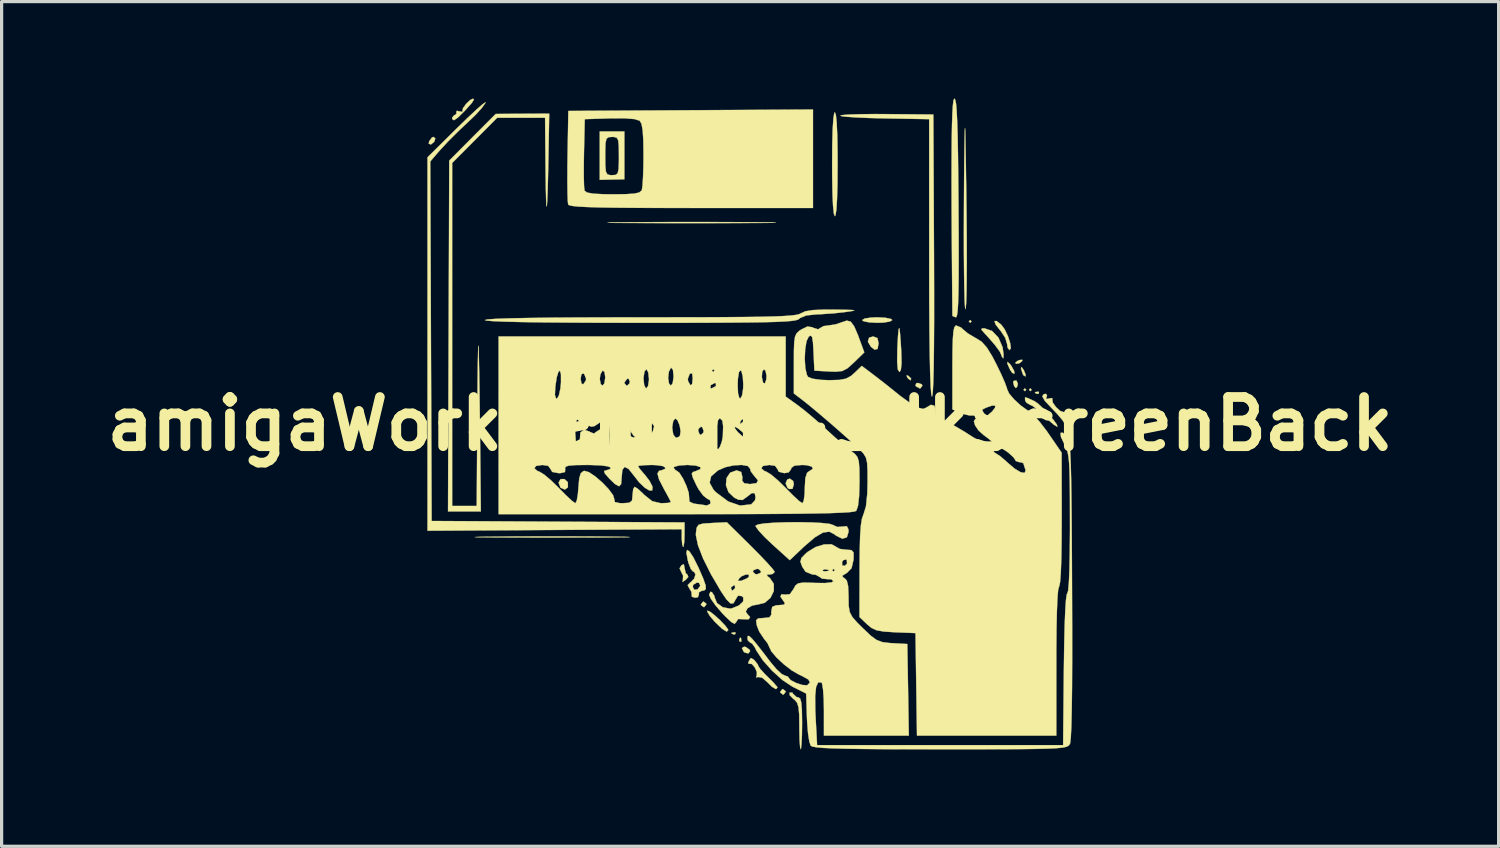
<source format=kicad_pcb>
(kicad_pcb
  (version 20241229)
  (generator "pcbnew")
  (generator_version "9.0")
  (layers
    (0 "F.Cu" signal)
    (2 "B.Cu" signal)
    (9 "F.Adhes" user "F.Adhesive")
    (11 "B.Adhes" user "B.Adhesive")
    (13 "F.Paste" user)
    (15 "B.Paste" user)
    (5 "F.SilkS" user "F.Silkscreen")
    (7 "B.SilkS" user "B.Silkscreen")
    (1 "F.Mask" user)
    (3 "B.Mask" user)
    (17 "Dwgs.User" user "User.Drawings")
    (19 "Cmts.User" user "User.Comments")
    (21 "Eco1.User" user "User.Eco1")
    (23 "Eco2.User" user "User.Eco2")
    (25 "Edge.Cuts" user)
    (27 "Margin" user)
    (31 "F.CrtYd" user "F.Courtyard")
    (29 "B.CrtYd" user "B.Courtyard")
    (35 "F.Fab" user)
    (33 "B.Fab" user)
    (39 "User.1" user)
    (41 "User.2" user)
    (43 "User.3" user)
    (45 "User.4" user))
  (footprint "amigaWorkBench1-SIlkScreenBack"
    (layer "F.Cu")
    (at 20.182 10.08)
    (property "Reference" "amigaWorkBench1-SIlkScreenBack" (at 0 0 0) (layer "F.SilkS") (effects (font (size 1.524 1.524) (thickness 0.3))))
    (attr through_hole)
    (fp_poly (pts (xy 6.858 -3.175) (xy 6.816 -3.133) (xy 6.773 -3.175) (xy 6.816 -3.217) (xy 6.858 -3.175)) (stroke (width 0.01) (type solid)) (fill yes) (layer "F.SilkS"))
    (fp_poly (pts (xy 8.551 -1.058) (xy 8.509 -1.016) (xy 8.467 -1.058) (xy 8.509 -1.101) (xy 8.551 -1.058)) (stroke (width 0.01) (type solid)) (fill yes) (layer "F.SilkS"))
    (fp_poly (pts (xy 8.721 -1.058) (xy 8.678 -1.016) (xy 8.636 -1.058) (xy 8.678 -1.101) (xy 8.721 -1.058)) (stroke (width 0.01) (type solid)) (fill yes) (layer "F.SilkS"))
    (fp_poly (pts (xy -0.452 6.463) (xy -0.463 6.513) (xy -0.508 6.519) (xy -0.578 6.488) (xy -0.564 6.463) (xy -0.464 6.453) (xy -0.452 6.463)) (stroke (width 0.01) (type solid)) (fill yes) (layer "F.SilkS"))
    (fp_poly (pts (xy -0.282 6.632) (xy -0.272 6.733) (xy -0.282 6.745) (xy -0.333 6.733) (xy -0.339 6.689) (xy -0.308 6.619) (xy -0.282 6.632)) (stroke (width 0.01) (type solid)) (fill yes) (layer "F.SilkS"))
    (fp_poly (pts (xy 8.946 -0.988) (xy 8.935 -0.937) (xy 8.89 -0.931) (xy 8.82 -0.962) (xy 8.834 -0.988) (xy 8.934 -0.998) (xy 8.946 -0.988)) (stroke (width 0.01) (type solid)) (fill yes) (layer "F.SilkS"))
    (fp_poly (pts (xy 4.898 -1.49) (xy 4.988 -1.405) (xy 4.97 -1.355) (xy 4.958 -1.355) (xy 4.886 -1.415) (xy 4.86 -1.452) (xy 4.85 -1.51) (xy 4.898 -1.49)) (stroke (width 0.01) (type solid)) (fill yes) (layer "F.SilkS"))
    (fp_poly (pts (xy 8.29 -1.252) (xy 8.279 -1.174) (xy 8.233 -1.11) (xy 8.177 -1.174) (xy 8.146 -1.299) (xy 8.162 -1.332) (xy 8.246 -1.346) (xy 8.29 -1.252)) (stroke (width 0.01) (type solid)) (fill yes) (layer "F.SilkS"))
    (fp_poly (pts (xy 8.424 -1.946) (xy 8.333 -1.876) (xy 8.236 -1.864) (xy 8.213 -1.896) (xy 8.279 -1.95) (xy 8.344 -1.98) (xy 8.431 -1.986) (xy 8.424 -1.946)) (stroke (width 0.01) (type solid)) (fill yes) (layer "F.SilkS"))
    (fp_poly (pts (xy 8.477 -1.666) (xy 8.533 -1.526) (xy 8.527 -1.472) (xy 8.469 -1.502) (xy 8.435 -1.57) (xy 8.387 -1.73) (xy 8.407 -1.762) (xy 8.477 -1.666)) (stroke (width 0.01) (type solid)) (fill yes) (layer "F.SilkS"))
    (fp_poly (pts (xy -9.75 -8.84) (xy -9.784 -8.739) (xy -9.883 -8.658) (xy -9.89 -8.655) (xy -9.954 -8.682) (xy -9.939 -8.756) (xy -9.853 -8.872) (xy -9.805 -8.89) (xy -9.75 -8.84)) (stroke (width 0.01) (type solid)) (fill yes) (layer "F.SilkS"))
    (fp_poly (pts (xy -1.357 5.568) (xy -1.355 5.588) (xy -1.419 5.67) (xy -1.439 5.673) (xy -1.522 5.608) (xy -1.524 5.588) (xy -1.46 5.506) (xy -1.439 5.503) (xy -1.357 5.568)) (stroke (width 0.01) (type solid)) (fill yes) (layer "F.SilkS"))
    (fp_poly (pts (xy -0.127 6.912) (xy -0.015 6.995) (xy 0 7.036) (xy -0.057 7.108) (xy -0.172 7.077) (xy -0.198 7.056) (xy -0.254 6.943) (xy -0.185 6.898) (xy -0.127 6.912)) (stroke (width 0.01) (type solid)) (fill yes) (layer "F.SilkS"))
    (fp_poly (pts (xy 1.098 8.277) (xy 1.101 8.297) (xy 1.036 8.38) (xy 1.016 8.382) (xy 0.934 8.318) (xy 0.931 8.297) (xy 0.996 8.215) (xy 1.016 8.213) (xy 1.098 8.277)) (stroke (width 0.01) (type solid)) (fill yes) (layer "F.SilkS"))
    (fp_poly (pts (xy 1.331 1.764) (xy 1.355 1.863) (xy 1.312 2.01) (xy 1.207 2.015) (xy 1.157 1.976) (xy 1.1 1.84) (xy 1.149 1.722) (xy 1.228 1.693) (xy 1.331 1.764)) (stroke (width 0.01) (type solid)) (fill yes) (layer "F.SilkS"))
    (fp_poly (pts (xy 3.943 -2.66) (xy 3.979 -2.498) (xy 3.947 -2.322) (xy 3.852 -2.303) (xy 3.742 -2.388) (xy 3.647 -2.549) (xy 3.685 -2.671) (xy 3.81 -2.709) (xy 3.943 -2.66)) (stroke (width 0.01) (type solid)) (fill yes) (layer "F.SilkS"))
    (fp_poly (pts (xy 5.318 -1.226) (xy 5.334 -1.185) (xy 5.273 -1.103) (xy 5.254 -1.101) (xy 5.14 -1.162) (xy 5.122 -1.185) (xy 5.142 -1.258) (xy 5.202 -1.27) (xy 5.318 -1.226)) (stroke (width 0.01) (type solid)) (fill yes) (layer "F.SilkS"))
    (fp_poly (pts (xy 8.05 -1.851) (xy 8.094 -1.791) (xy 8.179 -1.637) (xy 8.186 -1.554) (xy 8.118 -1.582) (xy 8.05 -1.681) (xy 7.97 -1.859) (xy 7.972 -1.922) (xy 8.05 -1.851)) (stroke (width 0.01) (type solid)) (fill yes) (layer "F.SilkS"))
    (fp_poly (pts (xy -5.652 1.798) (xy -5.645 1.812) (xy -5.644 1.964) (xy -5.739 2.032) (xy -5.87 1.976) (xy -5.923 1.847) (xy -5.927 1.806) (xy -5.87 1.709) (xy -5.752 1.707) (xy -5.652 1.798)) (stroke (width 0.01) (type solid)) (fill yes) (layer "F.SilkS"))
    (fp_poly (pts (xy -1.246 5.811) (xy -1.1 5.924) (xy -0.929 6.081) (xy -0.776 6.24) (xy -0.686 6.361) (xy -0.677 6.388) (xy -0.726 6.432) (xy -0.868 6.343) (xy -1.09 6.131) (xy -1.245 5.951) (xy -1.324 5.819) (xy -1.323 5.783) (xy -1.246 5.811)) (stroke (width 0.01) (type solid)) (fill yes) (layer "F.SilkS"))
    (fp_poly (pts (xy 4.192 -3.288) (xy 4.361 -3.252) (xy 4.403 -3.217) (xy 4.326 -3.171) (xy 4.129 -3.14) (xy 3.937 -3.133) (xy 3.682 -3.147) (xy 3.513 -3.182) (xy 3.471 -3.217) (xy 3.548 -3.264) (xy 3.745 -3.294) (xy 3.937 -3.302) (xy 4.192 -3.288)) (stroke (width 0.01) (type solid)) (fill yes) (layer "F.SilkS"))
    (fp_poly (pts (xy -2.032 4.454) (xy -2.032 4.463) (xy -1.993 4.621) (xy -1.938 4.674) (xy -1.916 4.74) (xy -1.997 4.829) (xy -2.096 4.895) (xy -2.083 4.843) (xy -2.076 4.695) (xy -2.123 4.607) (xy -2.184 4.473) (xy -2.13 4.382) (xy -2.054 4.343) (xy -2.032 4.454)) (stroke (width 0.01) (type solid)) (fill yes) (layer "F.SilkS"))
    (fp_poly (pts (xy 4.64 -2.84) (xy 4.663 -2.544) (xy 4.68 -2.265) (xy 4.69 -1.885) (xy 4.668 -1.668) (xy 4.623 -1.608) (xy 4.575 -1.686) (xy 4.554 -1.92) (xy 4.56 -2.317) (xy 4.561 -2.349) (xy 4.58 -2.723) (xy 4.599 -2.929) (xy 4.619 -2.969) (xy 4.64 -2.84)) (stroke (width 0.01) (type solid)) (fill yes) (layer "F.SilkS"))
    (fp_poly (pts (xy 7.775 -3.078) (xy 7.885 -2.928) (xy 7.983 -2.723) (xy 8.052 -2.513) (xy 8.075 -2.35) (xy 8.037 -2.286) (xy 7.976 -2.358) (xy 7.959 -2.477) (xy 7.903 -2.665) (xy 7.766 -2.875) (xy 7.738 -2.906) (xy 7.603 -3.081) (xy 7.568 -3.184) (xy 7.629 -3.189) (xy 7.775 -3.078)) (stroke (width 0.01) (type solid)) (fill yes) (layer "F.SilkS"))
    (fp_poly (pts (xy 7.494 -2.879) (xy 7.692 -2.671) (xy 7.816 -2.38) (xy 7.823 -2.346) (xy 7.85 -2.145) (xy 7.843 -2.038) (xy 7.836 -2.032) (xy 7.79 -2.097) (xy 7.789 -2.116) (xy 7.732 -2.243) (xy 7.574 -2.456) (xy 7.338 -2.726) (xy 7.26 -2.809) (xy 7.161 -2.922) (xy 7.181 -2.959) (xy 7.26 -2.961) (xy 7.494 -2.879)) (stroke (width 0.01) (type solid)) (fill yes) (layer "F.SilkS"))
    (fp_poly (pts (xy 8.572 -0.811) (xy 8.747 -0.733) (xy 8.805 -0.708) (xy 8.92 -0.627) (xy 9.08 -0.476) (xy 9.253 -0.292) (xy 9.404 -0.113) (xy 9.502 0.025) (xy 9.514 0.084) (xy 9.511 0.085) (xy 9.413 0.028) (xy 9.243 -0.116) (xy 9.102 -0.254) (xy 8.902 -0.441) (xy 8.739 -0.564) (xy 8.67 -0.593) (xy 8.556 -0.661) (xy 8.518 -0.727) (xy 8.513 -0.821) (xy 8.572 -0.811)) (stroke (width 0.01) (type solid)) (fill yes) (layer "F.SilkS"))
    (fp_poly (pts (xy -8.555 -10.043) (xy -8.626 -9.935) (xy -8.808 -9.731) (xy -8.836 -9.7) (xy -9.049 -9.49) (xy -9.173 -9.406) (xy -9.225 -9.441) (xy -9.229 -9.483) (xy -9.164 -9.564) (xy -9.139 -9.567) (xy -9.088 -9.619) (xy -9.101 -9.651) (xy -9.085 -9.698) (xy -9 -9.68) (xy -8.903 -9.663) (xy -8.91 -9.693) (xy -8.892 -9.78) (xy -8.795 -9.913) (xy -8.671 -10.031) (xy -8.581 -10.075) (xy -8.555 -10.043)) (stroke (width 0.01) (type solid)) (fill yes) (layer "F.SilkS"))
    (fp_poly (pts (xy 2.656 -9.569) (xy 2.681 -9.328) (xy 2.699 -8.938) (xy 2.708 -8.411) (xy 2.709 -8.043) (xy 2.705 -7.441) (xy 2.692 -6.969) (xy 2.672 -6.64) (xy 2.644 -6.463) (xy 2.625 -6.435) (xy 2.593 -6.518) (xy 2.568 -6.759) (xy 2.551 -7.149) (xy 2.542 -7.676) (xy 2.54 -8.043) (xy 2.544 -8.646) (xy 2.557 -9.117) (xy 2.578 -9.447) (xy 2.605 -9.623) (xy 2.625 -9.652) (xy 2.656 -9.569)) (stroke (width 0.01) (type solid)) (fill yes) (layer "F.SilkS"))
    (fp_poly (pts (xy -5.662 3.483) (xy -4.851 3.486) (xy -4.164 3.493) (xy -3.866 3.497) (xy -3.73 3.502) (xy -3.748 3.506) (xy -3.914 3.509) (xy -4.221 3.512) (xy -4.661 3.515) (xy -5.226 3.516) (xy -5.91 3.517) (xy -6.138 3.517) (xy -6.855 3.517) (xy -7.453 3.515) (xy -7.927 3.513) (xy -8.268 3.51) (xy -8.47 3.507) (xy -8.527 3.503) (xy -8.43 3.499) (xy -8.173 3.494) (xy -8.059 3.493) (xy -7.333 3.486) (xy -6.512 3.483) (xy -5.662 3.483)) (stroke (width 0.01) (type solid)) (fill yes) (layer "F.SilkS"))
    (fp_poly (pts (xy -0.559 -6.251) (xy 0.204 -6.245) (xy 0.323 -6.244) (xy 0.638 -6.24) (xy 0.791 -6.235) (xy 0.788 -6.231) (xy 0.636 -6.228) (xy 0.343 -6.225) (xy -0.084 -6.223) (xy -0.64 -6.221) (xy -1.316 -6.22) (xy -1.82 -6.22) (xy -2.57 -6.22) (xy -3.202 -6.222) (xy -3.709 -6.224) (xy -4.085 -6.226) (xy -4.324 -6.229) (xy -4.418 -6.233) (xy -4.36 -6.237) (xy -4.144 -6.241) (xy -3.91 -6.244) (xy -3.156 -6.25) (xy -2.303 -6.254) (xy -1.416 -6.254) (xy -0.559 -6.251)) (stroke (width 0.01) (type solid)) (fill yes) (layer "F.SilkS"))
    (fp_poly (pts (xy 1.307 8.321) (xy 1.331 8.361) (xy 1.438 8.458) (xy 1.489 8.467) (xy 1.547 8.501) (xy 1.583 8.622) (xy 1.603 8.857) (xy 1.609 9.231) (xy 1.609 9.271) (xy 1.605 9.617) (xy 1.593 9.888) (xy 1.577 10.048) (xy 1.566 10.075) (xy 1.547 9.997) (xy 1.532 9.789) (xy 1.525 9.489) (xy 1.524 9.36) (xy 1.52 9.004) (xy 1.5 8.777) (xy 1.457 8.638) (xy 1.382 8.548) (xy 1.339 8.516) (xy 1.226 8.401) (xy 1.223 8.32) (xy 1.307 8.321)) (stroke (width 0.01) (type solid)) (fill yes) (layer "F.SilkS"))
    (fp_poly (pts (xy 0.115 7.3) (xy 0.135 7.32) (xy 0.234 7.445) (xy 0.254 7.498) (xy 0.311 7.586) (xy 0.454 7.743) (xy 0.55 7.837) (xy 0.724 8.01) (xy 0.83 8.133) (xy 0.847 8.165) (xy 0.8 8.213) (xy 0.676 8.139) (xy 0.53 7.994) (xy 0.372 7.859) (xy 0.248 7.836) (xy 0.242 7.839) (xy 0.183 7.85) (xy 0.203 7.803) (xy 0.209 7.684) (xy 0.146 7.54) (xy 0.052 7.434) (xy -0.032 7.426) (xy -0.033 7.427) (xy -0.059 7.417) (xy -0.039 7.344) (xy 0.023 7.249) (xy 0.115 7.3)) (stroke (width 0.01) (type solid)) (fill yes) (layer "F.SilkS"))
    (fp_poly (pts (xy 6.662 -9.081) (xy 6.665 -8.975) (xy 6.681 -8.071) (xy 6.694 -7.207) (xy 6.704 -6.399) (xy 6.709 -5.662) (xy 6.71 -5.011) (xy 6.707 -4.461) (xy 6.701 -4.028) (xy 6.69 -3.727) (xy 6.675 -3.573) (xy 6.668 -3.556) (xy 6.654 -3.638) (xy 6.642 -3.87) (xy 6.633 -4.236) (xy 6.626 -4.716) (xy 6.621 -5.293) (xy 6.62 -5.948) (xy 6.622 -6.664) (xy 6.623 -6.837) (xy 6.627 -7.511) (xy 6.632 -8.085) (xy 6.638 -8.549) (xy 6.644 -8.89) (xy 6.65 -9.1) (xy 6.656 -9.167) (xy 6.662 -9.081)) (stroke (width 0.01) (type solid)) (fill yes) (layer "F.SilkS"))
    (fp_poly (pts (xy 9.197 -0.877) (xy 9.177 -0.832) (xy 9.173 -0.769) (xy 9.262 -0.789) (xy 9.36 -0.802) (xy 9.357 -0.764) (xy 9.375 -0.659) (xy 9.475 -0.519) (xy 9.605 -0.402) (xy 9.711 -0.366) (xy 9.719 -0.37) (xy 9.767 -0.327) (xy 9.792 -0.192) (xy 9.843 -0.001) (xy 9.919 0.094) (xy 9.986 0.155) (xy 9.925 0.168) (xy 9.808 0.1) (xy 9.763 0.021) (xy 9.675 -0.117) (xy 9.505 -0.318) (xy 9.349 -0.479) (xy 9.131 -0.712) (xy 9.048 -0.857) (xy 9.097 -0.924) (xy 9.163 -0.931) (xy 9.197 -0.877)) (stroke (width 0.01) (type solid)) (fill yes) (layer "F.SilkS"))
    (fp_poly (pts (xy -8.196 -9.946) (xy -8.309 -9.788) (xy -8.495 -9.582) (xy -8.6 -9.48) (xy -9.031 -9.073) (xy -9.362 -8.743) (xy -9.623 -8.46) (xy -9.674 -8.402) (xy -9.907 -8.128) (xy -9.885 -2.561) (xy -9.864 3.006) (xy -2.032 3.05) (xy -2.032 3.43) (xy -2.04 3.657) (xy -2.062 3.793) (xy -2.074 3.81) (xy -2.103 3.736) (xy -2.117 3.555) (xy -2.117 3.535) (xy -2.117 3.26) (xy -6.054 3.283) (xy -9.991 3.307) (xy -9.991 -8.258) (xy -9.05 -9.188) (xy -8.738 -9.491) (xy -8.481 -9.731) (xy -8.296 -9.893) (xy -8.201 -9.961) (xy -8.196 -9.946)) (stroke (width 0.01) (type solid)) (fill yes) (layer "F.SilkS"))
    (fp_poly (pts (xy -3.895 -8.319) (xy -3.895 -7.578) (xy -4.276 -7.57) (xy -4.657 -7.561) (xy -4.657 -8.297) (xy -4.487 -8.297) (xy -4.484 -7.988) (xy -4.466 -7.81) (xy -4.42 -7.729) (xy -4.332 -7.706) (xy -4.276 -7.705) (xy -4.165 -7.713) (xy -4.102 -7.764) (xy -4.073 -7.894) (xy -4.064 -8.139) (xy -4.064 -8.297) (xy -4.067 -8.607) (xy -4.085 -8.784) (xy -4.132 -8.866) (xy -4.219 -8.889) (xy -4.276 -8.89) (xy -4.386 -8.881) (xy -4.45 -8.831) (xy -4.479 -8.701) (xy -4.487 -8.455) (xy -4.487 -8.297) (xy -4.657 -8.297) (xy -4.657 -9.059) (xy -3.895 -9.059) (xy -3.895 -8.319)) (stroke (width 0.01) (type solid)) (fill yes) (layer "F.SilkS"))
    (fp_poly (pts (xy 1.901 3.05) (xy 2.227 3.068) (xy 2.467 3.096) (xy 2.583 3.135) (xy 2.587 3.14) (xy 2.702 3.191) (xy 2.846 3.18) (xy 2.996 3.167) (xy 3.045 3.265) (xy 3.048 3.343) (xy 2.995 3.512) (xy 2.856 3.554) (xy 2.664 3.461) (xy 2.616 3.421) (xy 2.453 3.336) (xy 2.256 3.363) (xy 2.006 3.511) (xy 1.681 3.789) (xy 1.655 3.813) (xy 1.228 4.218) (xy 0.697 3.739) (xy 0.454 3.508) (xy 0.27 3.31) (xy 0.174 3.178) (xy 0.167 3.154) (xy 0.247 3.112) (xy 0.459 3.08) (xy 0.766 3.058) (xy 1.134 3.045) (xy 1.524 3.043) (xy 1.901 3.05)) (stroke (width 0.01) (type solid)) (fill yes) (layer "F.SilkS"))
    (fp_poly (pts (xy 4.234 -9.596) (xy 5.674 -9.583) (xy 5.695 -5.215) (xy 5.698 -4.111) (xy 5.698 -3.165) (xy 5.693 -2.377) (xy 5.685 -1.75) (xy 5.673 -1.286) (xy 5.657 -0.986) (xy 5.637 -0.854) (xy 5.63 -0.847) (xy 5.609 -0.931) (xy 5.591 -1.182) (xy 5.575 -1.597) (xy 5.563 -2.173) (xy 5.554 -2.908) (xy 5.548 -3.799) (xy 5.546 -4.843) (xy 5.546 -5.143) (xy 5.546 -9.44) (xy 4.17 -9.464) (xy 3.709 -9.475) (xy 3.313 -9.492) (xy 3.012 -9.512) (xy 2.832 -9.533) (xy 2.794 -9.548) (xy 2.874 -9.568) (xy 3.096 -9.583) (xy 3.432 -9.593) (xy 3.855 -9.598) (xy 4.234 -9.596)) (stroke (width 0.01) (type solid)) (fill yes) (layer "F.SilkS"))
    (fp_poly (pts (xy 6.354 -10.037) (xy 6.378 -9.915) (xy 6.397 -9.696) (xy 6.413 -9.369) (xy 6.427 -8.922) (xy 6.438 -8.342) (xy 6.446 -7.617) (xy 6.454 -6.736) (xy 6.454 -6.689) (xy 6.459 -5.808) (xy 6.46 -5.083) (xy 6.458 -4.503) (xy 6.452 -4.053) (xy 6.441 -3.721) (xy 6.426 -3.494) (xy 6.406 -3.36) (xy 6.38 -3.305) (xy 6.371 -3.302) (xy 6.272 -3.342) (xy 6.265 -3.365) (xy 6.254 -4.653) (xy 6.246 -5.779) (xy 6.241 -6.753) (xy 6.239 -7.583) (xy 6.241 -8.278) (xy 6.245 -8.845) (xy 6.253 -9.294) (xy 6.265 -9.633) (xy 6.28 -9.87) (xy 6.298 -10.014) (xy 6.321 -10.073) (xy 6.327 -10.075) (xy 6.354 -10.037)) (stroke (width 0.01) (type solid)) (fill yes) (layer "F.SilkS"))
    (fp_poly (pts (xy -6.246 -8.297) (xy -6.259 -7.665) (xy -6.272 -7.193) (xy -6.285 -6.883) (xy -6.297 -6.737) (xy -6.308 -6.755) (xy -6.318 -6.938) (xy -6.327 -7.288) (xy -6.334 -7.806) (xy -6.336 -7.938) (xy -6.35 -9.483) (xy -7.835 -9.483) (xy -8.532 -8.782) (xy -9.229 -8.082) (xy -9.229 -2.771) (xy -9.229 2.54) (xy -8.467 2.54) (xy -8.449 -0.275) (xy -8.444 -0.907) (xy -8.439 -1.447) (xy -8.433 -1.882) (xy -8.426 -2.199) (xy -8.419 -2.384) (xy -8.413 -2.425) (xy -8.407 -2.328) (xy -8.4 -2.025) (xy -8.391 -1.587) (xy -8.382 -1.049) (xy -8.374 -0.445) (xy -8.366 0.189) (xy -8.362 0.572) (xy -8.34 2.709) (xy -9.356 2.709) (xy -9.318 -8.156) (xy -8.599 -8.879) (xy -7.879 -9.601) (xy -7.051 -9.606) (xy -6.223 -9.61) (xy -6.246 -8.297)) (stroke (width 0.01) (type solid)) (fill yes) (layer "F.SilkS"))
    (fp_poly (pts (xy -1.879 3.948) (xy -1.76 4.129) (xy -1.606 4.437) (xy -1.603 4.443) (xy -1.455 4.781) (xy -1.379 4.995) (xy -1.371 5.111) (xy -1.426 5.159) (xy -1.491 5.165) (xy -1.587 5.216) (xy -1.585 5.274) (xy -1.615 5.364) (xy -1.697 5.382) (xy -1.804 5.352) (xy -1.807 5.312) (xy -1.818 5.198) (xy -1.873 5.11) (xy -1.907 5.045) (xy -1.778 5.045) (xy -1.729 5.137) (xy -1.627 5.123) (xy -1.543 5.011) (xy -1.58 4.925) (xy -1.644 4.911) (xy -1.761 4.979) (xy -1.778 5.045) (xy -1.907 5.045) (xy -1.934 4.992) (xy -1.85 4.905) (xy -1.837 4.898) (xy -1.731 4.789) (xy -1.693 4.659) (xy -1.738 4.577) (xy -1.768 4.572) (xy -1.833 4.498) (xy -1.906 4.314) (xy -1.928 4.233) (xy -1.972 3.994) (xy -1.953 3.901) (xy -1.879 3.948)) (stroke (width 0.01) (type solid)) (fill yes) (layer "F.SilkS"))
    (fp_poly (pts (xy 1.947 -6.689) (xy -1.823 -6.689) (xy -2.755 -6.69) (xy -3.531 -6.693) (xy -4.162 -6.698) (xy -4.662 -6.706) (xy -5.044 -6.718) (xy -5.319 -6.732) (xy -5.501 -6.751) (xy -5.603 -6.774) (xy -5.635 -6.798) (xy -5.648 -6.916) (xy -5.656 -7.172) (xy -5.66 -7.536) (xy -5.658 -7.974) (xy -5.152 -7.974) (xy -5.151 -7.618) (xy -5.143 -7.356) (xy -5.129 -7.225) (xy -5.128 -7.223) (xy -5.052 -7.167) (xy -4.862 -7.132) (xy -4.538 -7.115) (xy -4.245 -7.112) (xy -3.847 -7.117) (xy -3.588 -7.134) (xy -3.437 -7.168) (xy -3.365 -7.223) (xy -3.353 -7.246) (xy -3.333 -7.381) (xy -3.316 -7.646) (xy -3.305 -7.999) (xy -3.302 -8.336) (xy -3.308 -8.792) (xy -3.328 -9.104) (xy -3.364 -9.295) (xy -3.42 -9.391) (xy -3.42 -9.391) (xy -3.579 -9.442) (xy -3.892 -9.467) (xy -4.331 -9.465) (xy -5.122 -9.44) (xy -5.146 -8.387) (xy -5.152 -7.974) (xy -5.658 -7.974) (xy -5.658 -7.976) (xy -5.654 -8.301) (xy -5.63 -9.694) (xy -1.841 -9.716) (xy 1.947 -9.738) (xy 1.947 -6.689)) (stroke (width 0.01) (type solid)) (fill yes) (layer "F.SilkS"))
    (fp_poly (pts (xy 2.582 -3.541) (xy 2.951 -3.536) (xy 3.162 -3.529) (xy 3.228 -3.517) (xy 3.162 -3.498) (xy 2.976 -3.47) (xy 2.963 -3.468) (xy 2.596 -3.427) (xy 2.208 -3.4) (xy 2.064 -3.395) (xy 1.741 -3.361) (xy 1.545 -3.28) (xy 1.524 -3.26) (xy 1.484 -3.232) (xy 1.404 -3.209) (xy 1.272 -3.19) (xy 1.074 -3.174) (xy 0.799 -3.161) (xy 0.433 -3.151) (xy -0.036 -3.144) (xy -0.622 -3.139) (xy -1.336 -3.135) (xy -2.192 -3.133) (xy -3.202 -3.133) (xy -3.397 -3.133) (xy -4.554 -3.134) (xy -5.556 -3.139) (xy -6.402 -3.146) (xy -7.089 -3.156) (xy -7.615 -3.169) (xy -7.977 -3.185) (xy -8.174 -3.203) (xy -8.213 -3.217) (xy -8.128 -3.238) (xy -7.877 -3.255) (xy -7.461 -3.27) (xy -6.882 -3.282) (xy -6.143 -3.292) (xy -5.246 -3.298) (xy -4.193 -3.301) (xy -3.403 -3.302) (xy -2.359 -3.303) (xy -1.472 -3.304) (xy -0.728 -3.308) (xy -0.116 -3.313) (xy 0.378 -3.32) (xy 0.767 -3.33) (xy 1.063 -3.343) (xy 1.279 -3.359) (xy 1.428 -3.378) (xy 1.522 -3.401) (xy 1.571 -3.426) (xy 1.711 -3.489) (xy 1.947 -3.527) (xy 2.306 -3.542) (xy 2.582 -3.541)) (stroke (width 0.01) (type solid)) (fill yes) (layer "F.SilkS"))
    (fp_poly (pts (xy 0.021 3.778) (xy 0.305 4.065) (xy 0.539 4.311) (xy 0.699 4.492) (xy 0.762 4.582) (xy 0.762 4.584) (xy 0.692 4.647) (xy 0.614 4.659) (xy 0.512 4.67) (xy 0.548 4.723) (xy 0.614 4.775) (xy 0.734 4.954) (xy 0.733 5.175) (xy 0.631 5.386) (xy 0.451 5.54) (xy 0.255 5.588) (xy 0.061 5.625) (xy -0.083 5.712) (xy -0.135 5.815) (xy -0.089 5.882) (xy 0.001 5.984) (xy -0.049 6.052) (xy -0.204 6.048) (xy -0.371 6.041) (xy -0.437 6.142) (xy -0.48 6.191) (xy -0.583 6.135) (xy -0.765 5.964) (xy -0.868 5.856) (xy -1.07 5.621) (xy -1.214 5.418) (xy -1.27 5.291) (xy -1.27 5.29) (xy -1.23 5.2) (xy -1.185 5.207) (xy -1.105 5.33) (xy -1.101 5.368) (xy -1.027 5.546) (xy -0.847 5.677) (xy -0.627 5.72) (xy -0.564 5.711) (xy -0.342 5.619) (xy -0.215 5.497) (xy -0.21 5.378) (xy -0.259 5.331) (xy -0.376 5.319) (xy -0.441 5.422) (xy -0.515 5.554) (xy -0.606 5.561) (xy -0.734 5.433) (xy -0.901 5.186) (xy -0.963 5.08) (xy -0.593 5.08) (xy -0.564 5.162) (xy -0.555 5.165) (xy -0.483 5.105) (xy -0.466 5.08) (xy -0.472 5.002) (xy -0.503 4.995) (xy -0.589 5.057) (xy -0.593 5.08) (xy -0.963 5.08) (xy -1.091 4.861) (xy -0.383 4.861) (xy -0.298 4.861) (xy -0.258 4.851) (xy -0.095 4.782) (xy -0.036 4.731) (xy -0.039 4.665) (xy -0.135 4.663) (xy -0.261 4.715) (xy -0.333 4.777) (xy -0.383 4.861) (xy -1.091 4.861) (xy -1.215 4.651) (xy -1.254 4.572) (xy 0.085 4.572) (xy 0.153 4.647) (xy 0.212 4.657) (xy 0.324 4.611) (xy 0.339 4.572) (xy 0.27 4.497) (xy 0.212 4.487) (xy 0.099 4.533) (xy 0.085 4.572) (xy -1.254 4.572) (xy -1.456 4.168) (xy -1.614 3.76) (xy -1.679 3.453) (xy -1.678 3.378) (xy -1.655 3.213) (xy -1.597 3.125) (xy -1.459 3.086) (xy -1.198 3.069) (xy -1.185 3.068) (xy -0.72 3.046) (xy 0.021 3.778)) (stroke (width 0.01) (type solid)) (fill yes) (layer "F.SilkS"))
    (fp_poly (pts (xy 3.116 -3.167) (xy 3.221 -3.027) (xy 3.339 -2.754) (xy 3.378 -2.647) (xy 3.536 -2.216) (xy 3.22 -1.908) (xy 3.02 -1.727) (xy 2.854 -1.64) (xy 2.645 -1.617) (xy 2.447 -1.625) (xy 1.99 -1.651) (xy 1.964 -2.23) (xy 1.946 -2.532) (xy 1.92 -2.692) (xy 1.876 -2.738) (xy 1.816 -2.706) (xy 1.746 -2.563) (xy 1.705 -2.313) (xy 1.692 -2.015) (xy 1.709 -1.73) (xy 1.758 -1.518) (xy 1.795 -1.456) (xy 1.933 -1.401) (xy 2.19 -1.365) (xy 2.446 -1.355) (xy 2.764 -1.364) (xy 2.972 -1.403) (xy 3.127 -1.488) (xy 3.227 -1.576) (xy 3.458 -1.797) (xy 3.779 -1.555) (xy 4.001 -1.385) (xy 4.183 -1.243) (xy 4.231 -1.205) (xy 4.656 -0.864) (xy 4.975 -0.633) (xy 5.205 -0.503) (xy 5.36 -0.465) (xy 5.446 -0.501) (xy 5.598 -0.592) (xy 5.711 -0.565) (xy 5.736 -0.435) (xy 5.732 -0.422) (xy 5.737 -0.298) (xy 5.846 -0.191) (xy 6.04 -0.09) (xy 6.35 0.069) (xy 6.662 0.255) (xy 6.714 0.289) (xy 6.921 0.421) (xy 7.071 0.499) (xy 7.105 0.508) (xy 7.213 0.566) (xy 7.281 0.634) (xy 7.407 0.712) (xy 7.512 0.681) (xy 7.535 0.609) (xy 7.471 0.529) (xy 7.311 0.4) (xy 7.238 0.349) (xy 7.074 0.202) (xy 6.967 0.044) (xy 6.93 -0.088) (xy 6.977 -0.153) (xy 7.069 -0.139) (xy 7.186 -0.16) (xy 7.345 -0.257) (xy 7.496 -0.386) (xy 7.588 -0.508) (xy 7.588 -0.569) (xy 7.489 -0.568) (xy 7.317 -0.508) (xy 7.142 -0.422) (xy 7.036 -0.339) (xy 7.027 -0.318) (xy 6.957 -0.262) (xy 6.785 -0.264) (xy 6.566 -0.318) (xy 6.481 -0.352) (xy 6.265 -0.451) (xy 6.265 -1.749) (xy 6.268 -2.26) (xy 6.278 -2.623) (xy 6.296 -2.861) (xy 6.325 -2.994) (xy 6.366 -3.045) (xy 6.382 -3.048) (xy 6.53 -2.988) (xy 6.605 -2.919) (xy 6.752 -2.798) (xy 6.97 -2.669) (xy 7.002 -2.653) (xy 7.174 -2.543) (xy 7.331 -2.367) (xy 7.501 -2.091) (xy 7.625 -1.852) (xy 7.776 -1.54) (xy 7.891 -1.278) (xy 7.953 -1.108) (xy 7.959 -1.076) (xy 8.021 -0.942) (xy 8.179 -0.757) (xy 8.387 -0.566) (xy 8.6 -0.415) (xy 8.643 -0.392) (xy 8.777 -0.279) (xy 8.967 -0.065) (xy 9.179 0.21) (xy 9.239 0.296) (xy 9.648 0.889) (xy 9.65 2.937) (xy 9.647 3.62) (xy 9.638 4.182) (xy 9.622 4.613) (xy 9.6 4.9) (xy 9.573 5.031) (xy 9.567 5.038) (xy 9.54 5.139) (xy 9.518 5.398) (xy 9.501 5.807) (xy 9.489 6.353) (xy 9.483 7.028) (xy 9.483 7.371) (xy 9.483 9.652) (xy 5.168 9.652) (xy 5.145 8.065) (xy 5.122 6.477) (xy 4.488 6.452) (xy 4.144 6.43) (xy 3.918 6.39) (xy 3.757 6.317) (xy 3.62 6.203) (xy 3.387 5.98) (xy 3.39 4.493) (xy 3.395 3.903) (xy 3.407 3.462) (xy 3.43 3.145) (xy 3.464 2.931) (xy 3.511 2.799) (xy 3.514 2.794) (xy 3.588 2.554) (xy 3.629 2.154) (xy 3.638 1.807) (xy 3.637 1.44) (xy 3.623 1.198) (xy 3.585 1.038) (xy 3.511 0.917) (xy 3.46 0.862) (xy 7.54 0.862) (xy 7.605 0.909) (xy 7.736 0.992) (xy 7.916 1.145) (xy 7.959 1.185) (xy 8.184 1.379) (xy 8.373 1.493) (xy 8.498 1.518) (xy 8.533 1.444) (xy 8.518 1.39) (xy 8.473 1.255) (xy 8.467 1.221) (xy 8.398 1.189) (xy 8.34 1.185) (xy 8.227 1.148) (xy 8.213 1.117) (xy 8.151 1.027) (xy 7.997 0.89) (xy 7.95 0.854) (xy 7.76 0.734) (xy 7.642 0.726) (xy 7.591 0.764) (xy 7.54 0.862) (xy 3.46 0.862) (xy 3.39 0.79) (xy 3.365 0.766) (xy 3.131 0.548) (xy 2.817 0.267) (xy 2.465 -0.04) (xy 2.116 -0.338) (xy 1.813 -0.59) (xy 1.615 -0.747) (xy 1.355 -0.944) (xy 1.355 -1.859) (xy 1.356 -2.263) (xy 1.366 -2.533) (xy 1.391 -2.702) (xy 1.44 -2.807) (xy 1.518 -2.88) (xy 1.581 -2.923) (xy 1.775 -3.017) (xy 1.925 -2.995) (xy 1.958 -2.976) (xy 2.109 -2.93) (xy 2.16 -2.965) (xy 2.276 -3.03) (xy 2.414 -3.048) (xy 2.649 -3.084) (xy 2.835 -3.147) (xy 2.995 -3.2) (xy 3.116 -3.167)) (stroke (width 0.01) (type solid)) (fill yes) (layer "F.SilkS"))
    (fp_poly (pts (xy 9.802 0.368) (xy 9.834 0.41) (xy 9.861 0.477) (xy 9.884 0.582) (xy 9.903 0.739) (xy 9.918 0.961) (xy 9.931 1.261) (xy 9.941 1.655) (xy 9.949 2.153) (xy 9.956 2.772) (xy 9.962 3.523) (xy 9.967 4.421) (xy 9.97 5.129) (xy 9.974 6.313) (xy 9.974 7.329) (xy 9.97 8.175) (xy 9.961 8.854) (xy 9.949 9.366) (xy 9.932 9.711) (xy 9.911 9.889) (xy 9.904 9.91) (xy 9.878 9.949) (xy 9.836 9.981) (xy 9.763 10.007) (xy 9.644 10.028) (xy 9.465 10.044) (xy 9.21 10.056) (xy 8.866 10.064) (xy 8.418 10.07) (xy 7.85 10.073) (xy 7.149 10.075) (xy 6.299 10.075) (xy 5.892 10.075) (xy 4.937 10.074) (xy 4.139 10.072) (xy 3.485 10.066) (xy 2.962 10.058) (xy 2.558 10.047) (xy 2.26 10.033) (xy 2.056 10.015) (xy 1.932 9.992) (xy 1.877 9.966) (xy 1.877 9.965) (xy 1.833 9.835) (xy 1.794 9.581) (xy 1.767 9.249) (xy 1.76 9.103) (xy 1.736 8.35) (xy 1.306 8.133) (xy 1.002 7.932) (xy 0.682 7.644) (xy 0.395 7.321) (xy 0.191 7.014) (xy 0.151 6.927) (xy 0.061 6.799) (xy 0.003 6.773) (xy -0.07 6.704) (xy -0.082 6.625) (xy -0.07 6.565) (xy -0.026 6.57) (xy 0.064 6.655) (xy 0.215 6.836) (xy 0.443 7.128) (xy 0.62 7.362) (xy 0.807 7.585) (xy 0.971 7.74) (xy 1.065 7.789) (xy 1.173 7.826) (xy 1.185 7.853) (xy 1.257 7.935) (xy 1.423 8.021) (xy 1.614 8.084) (xy 1.758 8.094) (xy 1.776 8.087) (xy 1.855 8.003) (xy 1.801 7.913) (xy 1.6 7.801) (xy 1.517 7.764) (xy 1.294 7.636) (xy 1.049 7.448) (xy 0.823 7.238) (xy 0.658 7.045) (xy 0.593 6.906) (xy 0.54 6.791) (xy 0.43 6.652) (xy 0.282 6.43) (xy 0.209 6.244) (xy 0.184 6.082) (xy 0.252 6.021) (xy 0.413 6.011) (xy 0.596 5.992) (xy 0.657 5.909) (xy 0.655 5.821) (xy 0.684 5.665) (xy 0.804 5.618) (xy 0.985 5.604) (xy 1.054 5.597) (xy 1.075 5.543) (xy 1.033 5.486) (xy 0.938 5.347) (xy 0.973 5.275) (xy 1.087 5.287) (xy 1.231 5.273) (xy 1.342 5.116) (xy 1.406 4.999) (xy 1.493 4.936) (xy 1.648 4.913) (xy 1.914 4.919) (xy 2.013 4.924) (xy 2.326 4.928) (xy 2.525 4.906) (xy 2.582 4.868) (xy 2.512 4.811) (xy 2.398 4.807) (xy 2.229 4.791) (xy 2.16 4.744) (xy 2.042 4.675) (xy 1.914 4.657) (xy 1.718 4.577) (xy 1.701 4.552) (xy 2.238 4.552) (xy 2.321 4.565) (xy 2.431 4.55) (xy 2.432 4.53) (xy 2.54 4.53) (xy 2.582 4.572) (xy 2.625 4.53) (xy 2.582 4.487) (xy 2.54 4.53) (xy 2.432 4.53) (xy 2.432 4.521) (xy 2.319 4.501) (xy 2.27 4.514) (xy 2.238 4.552) (xy 1.701 4.552) (xy 1.615 4.424) (xy 1.562 4.276) (xy 2.848 4.276) (xy 2.852 4.385) (xy 2.935 4.391) (xy 3.002 4.324) (xy 2.994 4.215) (xy 2.974 4.197) (xy 2.883 4.219) (xy 2.848 4.276) (xy 1.562 4.276) (xy 1.559 4.269) (xy 1.587 4.153) (xy 1.721 4.015) (xy 1.788 3.959) (xy 2.028 3.813) (xy 2.29 3.732) (xy 2.52 3.727) (xy 2.664 3.805) (xy 2.667 3.81) (xy 2.781 3.871) (xy 2.973 3.895) (xy 3.139 3.908) (xy 3.204 3.979) (xy 3.205 4.16) (xy 3.201 4.21) (xy 3.142 4.467) (xy 2.999 4.612) (xy 2.98 4.623) (xy 2.855 4.701) (xy 2.878 4.753) (xy 2.916 4.77) (xy 2.993 4.846) (xy 3.035 5.02) (xy 3.048 5.326) (xy 3.048 5.355) (xy 3.052 5.634) (xy 3.083 5.823) (xy 3.166 5.981) (xy 3.326 6.162) (xy 3.493 6.327) (xy 3.735 6.557) (xy 3.918 6.69) (xy 4.096 6.757) (xy 4.327 6.786) (xy 4.403 6.79) (xy 4.868 6.816) (xy 4.892 8.234) (xy 4.915 9.652) (xy 2.286 9.652) (xy 2.286 8.853) (xy 2.279 8.502) (xy 2.258 8.218) (xy 2.229 8.043) (xy 2.211 8.007) (xy 2.109 8.002) (xy 2.044 8.14) (xy 2.014 8.427) (xy 2.018 8.872) (xy 2.027 9.059) (xy 2.074 9.948) (xy 9.694 9.948) (xy 9.717 7.599) (xy 9.727 6.868) (xy 9.741 6.26) (xy 9.76 5.786) (xy 9.782 5.455) (xy 9.807 5.278) (xy 9.823 5.249) (xy 9.85 5.166) (xy 9.872 4.923) (xy 9.889 4.53) (xy 9.9 3.997) (xy 9.906 3.332) (xy 9.906 3.093) (xy 9.905 2.428) (xy 9.902 1.91) (xy 9.894 1.517) (xy 9.881 1.226) (xy 9.86 1.015) (xy 9.831 0.862) (xy 9.791 0.744) (xy 9.739 0.639) (xy 9.733 0.628) (xy 9.627 0.402) (xy 9.613 0.278) (xy 9.684 0.272) (xy 9.802 0.368)) (stroke (width 0.01) (type solid)) (fill yes) (layer "F.SilkS"))
    (fp_poly (pts (xy 1.101 -0.848) (xy 1.46 -0.591) (xy 1.701 -0.405) (xy 2.002 -0.152) (xy 2.304 0.118) (xy 2.339 0.15) (xy 2.618 0.406) (xy 2.887 0.641) (xy 3.094 0.811) (xy 3.122 0.832) (xy 3.246 0.93) (xy 3.324 1.027) (xy 3.366 1.163) (xy 3.383 1.378) (xy 3.387 1.713) (xy 3.387 1.81) (xy 3.375 2.239) (xy 3.341 2.539) (xy 3.288 2.69) (xy 3.285 2.692) (xy 3.222 2.714) (xy 3.071 2.733) (xy 2.825 2.748) (xy 2.474 2.762) (xy 2.009 2.772) (xy 1.419 2.781) (xy 0.697 2.787) (xy -0.167 2.791) (xy -1.182 2.793) (xy -2.303 2.794) (xy -7.789 2.794) (xy -7.789 1.373) (xy -6.683 1.373) (xy -6.585 1.457) (xy -6.518 1.482) (xy -6.379 1.568) (xy -6.169 1.744) (xy -5.934 1.974) (xy -5.914 1.996) (xy -5.695 2.217) (xy -5.519 2.38) (xy -5.417 2.454) (xy -5.411 2.455) (xy -5.37 2.379) (xy -5.335 2.18) (xy -5.317 1.969) (xy -5.292 1.683) (xy -5.245 1.527) (xy -5.163 1.461) (xy -5.133 1.453) (xy -4.994 1.493) (xy -4.796 1.625) (xy -4.579 1.813) (xy -4.383 2.018) (xy -4.245 2.204) (xy -4.205 2.333) (xy -4.207 2.339) (xy -4.189 2.42) (xy -4.037 2.453) (xy -3.946 2.455) (xy -3.743 2.442) (xy -3.658 2.375) (xy -3.641 2.211) (xy -3.641 2.201) (xy -3.622 2.023) (xy -3.578 1.947) (xy -3.577 1.947) (xy -3.484 2.004) (xy -3.329 2.144) (xy -3.273 2.201) (xy -3.032 2.393) (xy -2.769 2.455) (xy -2.744 2.455) (xy -2.551 2.447) (xy -2.457 2.425) (xy -2.455 2.422) (xy -2.494 2.335) (xy -2.592 2.152) (xy -2.666 2.019) (xy -2.82 1.719) (xy -2.87 1.534) (xy -2.816 1.449) (xy -2.752 1.439) (xy -2.639 1.394) (xy -2.625 1.355) (xy -2.371 1.355) (xy -2.307 1.437) (xy -2.288 1.439) (xy -2.193 1.511) (xy -2.079 1.69) (xy -1.973 1.917) (xy -1.9 2.137) (xy -1.889 2.292) (xy -1.88 2.406) (xy -1.751 2.466) (xy -1.663 2.479) (xy -1.459 2.507) (xy -1.339 2.526) (xy -1.338 2.526) (xy -1.247 2.48) (xy -1.224 2.45) (xy -1.244 2.359) (xy -1.325 2.317) (xy -1.451 2.22) (xy -1.597 2.021) (xy -1.668 1.89) (xy -1.699 1.822) (xy -1.254 1.822) (xy -1.132 2.041) (xy -1.062 2.114) (xy -0.678 2.401) (xy -0.313 2.528) (xy 0.025 2.492) (xy 0.035 2.489) (xy 0.148 2.371) (xy 0.169 2.277) (xy 0.142 2.141) (xy 0.049 2.143) (xy -0.105 2.262) (xy -0.236 2.355) (xy -0.363 2.346) (xy -0.493 2.281) (xy -0.671 2.111) (xy -0.749 1.894) (xy -0.73 1.677) (xy -0.619 1.51) (xy -0.421 1.439) (xy -0.413 1.439) (xy -0.278 1.487) (xy -0.239 1.647) (xy -0.248 1.757) (xy -0.184 1.836) (xy -0.004 1.863) (xy 0.199 1.833) (xy 0.244 1.748) (xy 0.128 1.609) (xy 0.127 1.609) (xy 0.019 1.465) (xy 0 1.387) (xy -0.012 1.373) (xy 0.345 1.373) (xy 0.443 1.457) (xy 0.509 1.482) (xy 0.649 1.568) (xy 0.858 1.744) (xy 1.093 1.974) (xy 1.114 1.996) (xy 1.333 2.217) (xy 1.511 2.381) (xy 1.614 2.454) (xy 1.621 2.455) (xy 1.66 2.379) (xy 1.687 2.181) (xy 1.693 1.987) (xy 1.71 1.682) (xy 1.763 1.516) (xy 1.82 1.47) (xy 1.942 1.391) (xy 1.912 1.321) (xy 1.748 1.277) (xy 1.609 1.27) (xy 1.373 1.291) (xy 1.276 1.36) (xy 1.27 1.397) (xy 1.196 1.499) (xy 1.058 1.524) (xy 0.888 1.48) (xy 0.847 1.397) (xy 0.771 1.296) (xy 0.593 1.27) (xy 0.399 1.301) (xy 0.345 1.373) (xy -0.012 1.373) (xy -0.072 1.303) (xy -0.257 1.269) (xy -0.505 1.282) (xy -0.768 1.34) (xy -0.995 1.438) (xy -1.209 1.624) (xy -1.254 1.822) (xy -1.699 1.822) (xy -1.774 1.663) (xy -1.807 1.543) (xy -1.77 1.489) (xy -1.689 1.463) (xy -1.539 1.399) (xy -1.541 1.337) (xy -1.678 1.29) (xy -1.933 1.27) (xy -1.947 1.27) (xy -2.189 1.285) (xy -2.342 1.324) (xy -2.371 1.355) (xy -2.625 1.355) (xy -2.701 1.306) (xy -2.896 1.276) (xy -3.048 1.27) (xy -3.29 1.277) (xy -3.443 1.294) (xy -3.471 1.308) (xy -3.42 1.389) (xy -3.293 1.538) (xy -3.269 1.564) (xy -3.117 1.76) (xy -3.027 1.936) (xy -3.024 1.943) (xy -3.031 2.057) (xy -3.121 2.061) (xy -3.266 1.972) (xy -3.439 1.806) (xy -3.583 1.62) (xy -3.762 1.395) (xy -3.886 1.33) (xy -3.958 1.424) (xy -3.979 1.656) (xy -3.996 1.865) (xy -4.06 1.931) (xy -4.19 1.858) (xy -4.36 1.693) (xy -4.501 1.531) (xy -4.523 1.455) (xy -4.461 1.439) (xy -4.338 1.398) (xy -4.318 1.355) (xy -4.398 1.314) (xy -4.617 1.284) (xy -4.947 1.271) (xy -5.047 1.27) (xy -5.401 1.274) (xy -5.615 1.291) (xy -5.716 1.324) (xy -5.732 1.38) (xy -5.727 1.397) (xy -5.734 1.489) (xy -5.873 1.523) (xy -5.929 1.524) (xy -6.129 1.486) (xy -6.181 1.397) (xy -6.256 1.296) (xy -6.435 1.27) (xy -6.629 1.301) (xy -6.683 1.373) (xy -7.789 1.373) (xy -7.789 0.254) (xy -5.419 0.254) (xy -5.401 0.518) (xy -5.353 0.661) (xy -5.324 0.677) (xy -5.265 0.606) (xy -5.271 0.459) (xy -5.256 0.264) (xy -5.144 0.18) (xy -4.978 0.234) (xy -4.959 0.249) (xy -4.834 0.299) (xy -4.786 0.258) (xy -4.662 0.178) (xy -4.599 0.169) (xy -4.51 0.211) (xy -4.505 0.361) (xy -4.515 0.413) (xy -4.531 0.635) (xy -4.476 0.733) (xy -4.394 0.714) (xy -4.358 0.612) (xy -4.341 0.399) (xy -4.343 0.251) (xy -4.349 0.2) (xy -3.853 0.2) (xy -3.755 0.359) (xy -3.609 0.422) (xy -3.56 0.399) (xy -3.578 0.385) (xy -3.201 0.385) (xy -3.181 0.383) (xy -3.075 0.309) (xy -3.014 0.23) (xy -2.987 0.127) (xy -2.413 0.127) (xy -2.38 0.331) (xy -2.298 0.43) (xy -2.199 0.396) (xy -2.187 0.38) (xy -1.047 0.38) (xy -1.03 0.683) (xy -1.021 0.758) (xy -0.988 0.787) (xy -0.933 0.703) (xy -0.877 0.554) (xy -0.846 0.39) (xy -0.845 0.381) (xy -0.836 0.085) (xy -0.475 0.085) (xy -0.47 0.137) (xy -0.381 0.254) (xy -0.237 0.381) (xy -0.14 0.423) (xy -0.131 0.376) (xy -0.228 0.26) (xy -0.234 0.254) (xy -0.383 0.132) (xy -0.475 0.085) (xy -0.836 0.085) (xy -0.835 0.071) (xy -0.846 -0.006) (xy -0.318 -0.006) (xy -0.306 0) (xy -0.229 -0.06) (xy -0.212 -0.085) (xy -0.19 -0.164) (xy -0.202 -0.169) (xy -0.279 -0.11) (xy -0.296 -0.085) (xy -0.318 -0.006) (xy -0.846 -0.006) (xy -0.86 -0.101) (xy -0.925 -0.166) (xy -0.953 -0.169) (xy -1.005 -0.093) (xy -1.038 0.106) (xy -1.047 0.38) (xy -2.187 0.38) (xy -2.172 0.359) (xy -2.152 0.223) (xy -2.154 0.212) (xy -1.609 0.212) (xy -1.563 0.324) (xy -1.524 0.339) (xy -1.449 0.27) (xy -1.439 0.212) (xy -1.485 0.099) (xy -1.524 0.085) (xy -1.599 0.153) (xy -1.609 0.212) (xy -2.154 0.212) (xy -2.185 0.039) (xy -2.251 -0.117) (xy -2.317 -0.169) (xy -2.381 -0.095) (xy -2.412 0.09) (xy -2.413 0.127) (xy -2.987 0.127) (xy -2.973 0.072) (xy -3.029 -0.015) (xy -3.104 -0.058) (xy -3.131 0.039) (xy -3.133 0.103) (xy -3.154 0.281) (xy -3.196 0.36) (xy -3.201 0.385) (xy -3.578 0.385) (xy -3.611 0.359) (xy -3.699 0.233) (xy -3.744 0.085) (xy -3.778 -0.053) (xy -3.818 -0.036) (xy -3.847 0.022) (xy -3.853 0.2) (xy -4.349 0.2) (xy -4.379 -0.036) (xy -4.458 -0.16) (xy -4.579 -0.122) (xy -4.657 -0.042) (xy -4.818 0.066) (xy -4.911 0.085) (xy -5.088 0.024) (xy -5.165 -0.042) (xy -5.293 -0.156) (xy -5.374 -0.12) (xy -5.413 0.071) (xy -5.419 0.254) (xy -7.789 0.254) (xy -7.789 -0.898) (xy -6.046 -0.898) (xy -6.012 -0.789) (xy -5.98 -0.786) (xy -5.923 -0.881) (xy -5.876 -1.093) (xy -5.858 -1.277) (xy -5.858 -1.397) (xy -5.249 -1.397) (xy -5.223 -1.25) (xy -5.165 -1.228) (xy -5.086 -1.351) (xy -5.081 -1.392) (xy -4.657 -1.392) (xy -4.627 -1.235) (xy -4.572 -1.185) (xy -4.513 -1.259) (xy -4.512 -1.265) (xy -3.895 -1.265) (xy -3.83 -1.188) (xy -3.81 -1.185) (xy -3.736 -1.254) (xy -3.725 -1.317) (xy -3.763 -1.397) (xy -3.302 -1.397) (xy -3.281 -1.201) (xy -3.228 -1.103) (xy -3.217 -1.101) (xy -3.161 -1.175) (xy -3.133 -1.358) (xy -3.133 -1.397) (xy -3.137 -1.434) (xy -2.54 -1.434) (xy -2.515 -1.258) (xy -2.455 -1.185) (xy -1.228 -1.185) (xy -1.224 -1.107) (xy -1.195 -1.101) (xy -1.076 -1.162) (xy -1.058 -1.185) (xy -1.06 -1.226) (xy -0.386 -1.226) (xy -0.374 -0.946) (xy -0.334 -0.802) (xy -0.301 -0.789) (xy -0.249 -0.883) (xy -0.217 -1.09) (xy -0.212 -1.227) (xy -0.226 -1.448) (xy 0.363 -1.448) (xy 0.402 -1.275) (xy 0.458 -1.255) (xy 0.502 -1.379) (xy 0.508 -1.487) (xy 0.48 -1.643) (xy 0.427 -1.693) (xy 0.374 -1.62) (xy 0.363 -1.448) (xy -0.226 -1.448) (xy -0.228 -1.471) (xy -0.268 -1.632) (xy -0.296 -1.665) (xy -0.346 -1.605) (xy -0.377 -1.411) (xy -0.386 -1.226) (xy -1.06 -1.226) (xy -1.062 -1.263) (xy -1.091 -1.27) (xy -1.21 -1.208) (xy -1.228 -1.185) (xy -2.455 -1.185) (xy -2.4 -1.26) (xy -2.379 -1.393) (xy -1.931 -1.393) (xy -1.919 -1.318) (xy -1.847 -1.196) (xy -1.796 -1.235) (xy -1.778 -1.414) (xy -1.795 -1.564) (xy -1.854 -1.564) (xy -1.874 -1.547) (xy -1.931 -1.393) (xy -2.379 -1.393) (xy -2.372 -1.443) (xy -2.371 -1.487) (xy -2.388 -1.651) (xy -1.185 -1.651) (xy -1.143 -1.609) (xy -1.101 -1.651) (xy -1.143 -1.693) (xy -1.185 -1.651) (xy -2.388 -1.651) (xy -2.391 -1.679) (xy -2.444 -1.741) (xy -2.455 -1.736) (xy -2.516 -1.621) (xy -2.54 -1.434) (xy -3.137 -1.434) (xy -3.154 -1.593) (xy -3.206 -1.691) (xy -3.217 -1.693) (xy -3.273 -1.619) (xy -3.301 -1.436) (xy -3.302 -1.397) (xy -3.763 -1.397) (xy -3.766 -1.405) (xy -3.81 -1.397) (xy -3.891 -1.289) (xy -3.895 -1.265) (xy -4.512 -1.265) (xy -4.487 -1.437) (xy -4.487 -1.444) (xy -4.51 -1.614) (xy -4.569 -1.653) (xy -4.572 -1.651) (xy -4.638 -1.534) (xy -4.657 -1.392) (xy -5.081 -1.392) (xy -5.08 -1.397) (xy -5.134 -1.539) (xy -5.165 -1.566) (xy -5.227 -1.536) (xy -5.249 -1.397) (xy -5.858 -1.397) (xy -5.859 -1.541) (xy -5.89 -1.65) (xy -5.938 -1.613) (xy -5.991 -1.439) (xy -6.033 -1.16) (xy -6.046 -0.898) (xy -7.789 -0.898) (xy -7.789 -2.709) (xy 1.101 -2.709) (xy 1.101 -0.848)) (stroke (width 0.01) (type solid)) (fill yes) (layer "F.SilkS")))
  (gr_rect
    (start -3 -3)
    (end 43.364 23.161)
    (stroke (width 0.1) (type default))
    (fill no)
    (layer "Edge.Cuts")))
</source>
